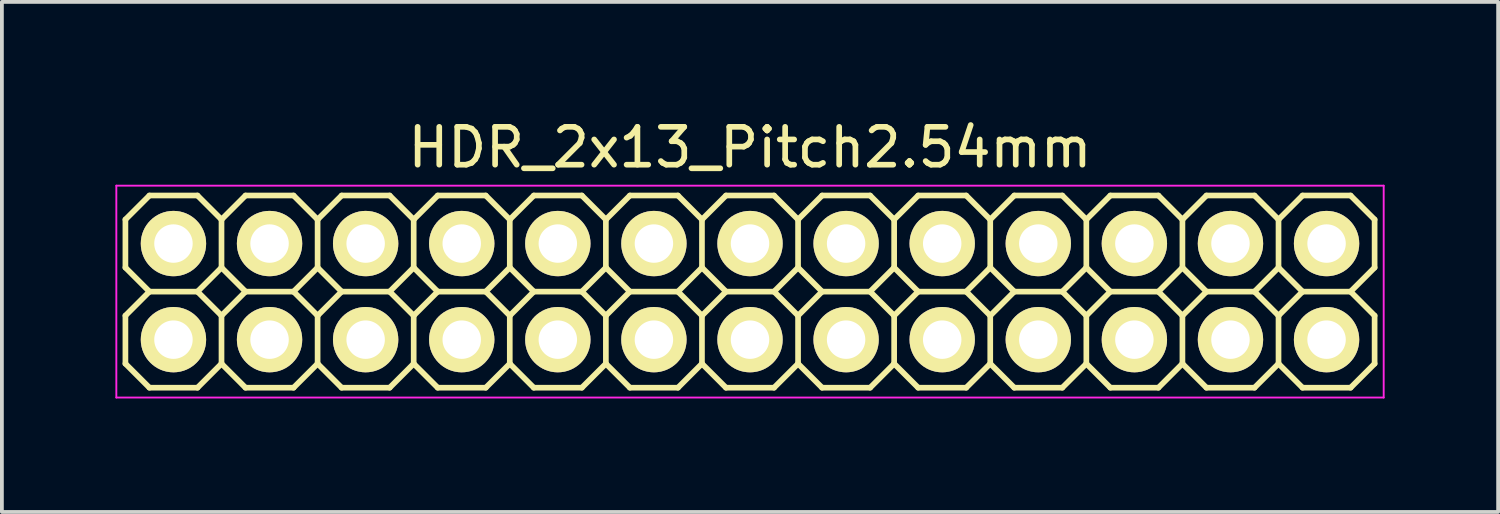
<source format=kicad_pcb>
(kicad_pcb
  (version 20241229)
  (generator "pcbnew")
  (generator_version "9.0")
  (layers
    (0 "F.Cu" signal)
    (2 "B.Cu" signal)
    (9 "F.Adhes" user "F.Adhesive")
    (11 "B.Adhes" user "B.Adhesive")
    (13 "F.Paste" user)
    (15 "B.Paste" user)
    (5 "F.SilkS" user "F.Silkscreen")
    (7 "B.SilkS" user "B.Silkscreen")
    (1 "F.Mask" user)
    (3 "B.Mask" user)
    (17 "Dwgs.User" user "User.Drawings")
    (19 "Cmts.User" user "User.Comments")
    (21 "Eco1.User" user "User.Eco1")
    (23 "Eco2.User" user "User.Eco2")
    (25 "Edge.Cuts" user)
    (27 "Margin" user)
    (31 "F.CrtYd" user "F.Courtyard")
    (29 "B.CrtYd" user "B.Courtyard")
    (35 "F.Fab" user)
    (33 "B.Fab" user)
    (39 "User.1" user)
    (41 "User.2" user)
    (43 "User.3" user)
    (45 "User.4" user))
  (footprint "HDR_2x13_Pitch2.54mm"
    (layer "F.Cu")
    (at 16.775 4.658)
    (property "Reference" "HDR_2x13_Pitch2.54mm" (at 0 -3.81 0) (layer "F.SilkS") (effects (font (size 1 1) (thickness 0.15))))
    (attr through_hole)
    (fp_line (start -16.51 -1.905) (end -16.51 -0.635) (stroke (width 0.15) (type solid)) (layer "F.SilkS"))
    (fp_line (start -16.51 -0.635) (end -15.875 0) (stroke (width 0.15) (type solid)) (layer "F.SilkS"))
    (fp_line (start -16.51 0.635) (end -16.51 1.905) (stroke (width 0.15) (type solid)) (layer "F.SilkS"))
    (fp_line (start -16.51 1.905) (end -15.875 2.54) (stroke (width 0.15) (type solid)) (layer "F.SilkS"))
    (fp_line (start -15.875 -2.54) (end -16.51 -1.905) (stroke (width 0.15) (type solid)) (layer "F.SilkS"))
    (fp_line (start -15.875 0) (end -16.51 0.635) (stroke (width 0.15) (type solid)) (layer "F.SilkS"))
    (fp_line (start -15.875 2.54) (end -14.605 2.54) (stroke (width 0.15) (type solid)) (layer "F.SilkS"))
    (fp_line (start -14.605 -2.54) (end -15.875 -2.54) (stroke (width 0.15) (type solid)) (layer "F.SilkS"))
    (fp_line (start -14.605 0) (end -15.875 0) (stroke (width 0.15) (type solid)) (layer "F.SilkS"))
    (fp_line (start -14.605 0) (end -13.97 0.635) (stroke (width 0.15) (type solid)) (layer "F.SilkS"))
    (fp_line (start -14.605 2.54) (end -13.97 1.905) (stroke (width 0.15) (type solid)) (layer "F.SilkS"))
    (fp_line (start -13.97 -1.905) (end -14.605 -2.54) (stroke (width 0.15) (type solid)) (layer "F.SilkS"))
    (fp_line (start -13.97 -1.905) (end -13.97 -0.635) (stroke (width 0.15) (type solid)) (layer "F.SilkS"))
    (fp_line (start -13.97 -0.635) (end -14.605 0) (stroke (width 0.15) (type solid)) (layer "F.SilkS"))
    (fp_line (start -13.97 0.635) (end -13.97 1.905) (stroke (width 0.15) (type solid)) (layer "F.SilkS"))
    (fp_line (start -13.97 0.635) (end -13.335 0) (stroke (width 0.15) (type solid)) (layer "F.SilkS"))
    (fp_line (start -13.97 1.905) (end -13.335 2.54) (stroke (width 0.15) (type solid)) (layer "F.SilkS"))
    (fp_line (start -13.335 -2.54) (end -13.97 -1.905) (stroke (width 0.15) (type solid)) (layer "F.SilkS"))
    (fp_line (start -13.335 0) (end -13.97 -0.635) (stroke (width 0.15) (type solid)) (layer "F.SilkS"))
    (fp_line (start -13.335 0) (end -12.065 0) (stroke (width 0.15) (type solid)) (layer "F.SilkS"))
    (fp_line (start -13.335 2.54) (end -12.065 2.54) (stroke (width 0.15) (type solid)) (layer "F.SilkS"))
    (fp_line (start -12.065 -2.54) (end -13.335 -2.54) (stroke (width 0.15) (type solid)) (layer "F.SilkS"))
    (fp_line (start -12.065 0) (end -11.43 -0.635) (stroke (width 0.15) (type solid)) (layer "F.SilkS"))
    (fp_line (start -12.065 0) (end -11.43 0.635) (stroke (width 0.15) (type solid)) (layer "F.SilkS"))
    (fp_line (start -12.065 2.54) (end -11.43 1.905) (stroke (width 0.15) (type solid)) (layer "F.SilkS"))
    (fp_line (start -11.43 -1.905) (end -12.065 -2.54) (stroke (width 0.15) (type solid)) (layer "F.SilkS"))
    (fp_line (start -11.43 -0.635) (end -11.43 -1.905) (stroke (width 0.15) (type solid)) (layer "F.SilkS"))
    (fp_line (start -11.43 -0.635) (end -10.795 0) (stroke (width 0.15) (type solid)) (layer "F.SilkS"))
    (fp_line (start -11.43 0.635) (end -11.43 1.905) (stroke (width 0.15) (type solid)) (layer "F.SilkS"))
    (fp_line (start -11.43 1.905) (end -10.795 2.54) (stroke (width 0.15) (type solid)) (layer "F.SilkS"))
    (fp_line (start -10.795 -2.54) (end -11.43 -1.905) (stroke (width 0.15) (type solid)) (layer "F.SilkS"))
    (fp_line (start -10.795 0) (end -11.43 0.635) (stroke (width 0.15) (type solid)) (layer "F.SilkS"))
    (fp_line (start -10.795 0) (end -9.525 0) (stroke (width 0.15) (type solid)) (layer "F.SilkS"))
    (fp_line (start -10.795 2.54) (end -9.525 2.54) (stroke (width 0.15) (type solid)) (layer "F.SilkS"))
    (fp_line (start -9.525 -2.54) (end -10.795 -2.54) (stroke (width 0.15) (type solid)) (layer "F.SilkS"))
    (fp_line (start -9.525 0) (end -8.89 -0.635) (stroke (width 0.15) (type solid)) (layer "F.SilkS"))
    (fp_line (start -9.525 2.54) (end -8.89 1.905) (stroke (width 0.15) (type solid)) (layer "F.SilkS"))
    (fp_line (start -8.89 -1.905) (end -9.525 -2.54) (stroke (width 0.15) (type solid)) (layer "F.SilkS"))
    (fp_line (start -8.89 -1.905) (end -8.255 -2.54) (stroke (width 0.15) (type solid)) (layer "F.SilkS"))
    (fp_line (start -8.89 -0.635) (end -8.89 -1.905) (stroke (width 0.15) (type solid)) (layer "F.SilkS"))
    (fp_line (start -8.89 -0.635) (end -8.255 0) (stroke (width 0.15) (type solid)) (layer "F.SilkS"))
    (fp_line (start -8.89 0.635) (end -9.525 0) (stroke (width 0.15) (type solid)) (layer "F.SilkS"))
    (fp_line (start -8.89 0.635) (end -8.255 0) (stroke (width 0.15) (type solid)) (layer "F.SilkS"))
    (fp_line (start -8.89 1.905) (end -8.89 0.635) (stroke (width 0.15) (type solid)) (layer "F.SilkS"))
    (fp_line (start -8.255 -2.54) (end -6.985 -2.54) (stroke (width 0.15) (type solid)) (layer "F.SilkS"))
    (fp_line (start -8.255 0) (end -6.985 0) (stroke (width 0.15) (type solid)) (layer "F.SilkS"))
    (fp_line (start -8.255 2.54) (end -8.89 1.905) (stroke (width 0.15) (type solid)) (layer "F.SilkS"))
    (fp_line (start -6.985 -2.54) (end -6.35 -1.905) (stroke (width 0.15) (type solid)) (layer "F.SilkS"))
    (fp_line (start -6.985 0) (end -6.35 -0.635) (stroke (width 0.15) (type solid)) (layer "F.SilkS"))
    (fp_line (start -6.985 0) (end -6.35 0.635) (stroke (width 0.15) (type solid)) (layer "F.SilkS"))
    (fp_line (start -6.985 2.54) (end -8.255 2.54) (stroke (width 0.15) (type solid)) (layer "F.SilkS"))
    (fp_line (start -6.35 -1.905) (end -6.35 -0.635) (stroke (width 0.15) (type solid)) (layer "F.SilkS"))
    (fp_line (start -6.35 -1.905) (end -5.715 -2.54) (stroke (width 0.15) (type solid)) (layer "F.SilkS"))
    (fp_line (start -6.35 -0.635) (end -5.715 0) (stroke (width 0.15) (type solid)) (layer "F.SilkS"))
    (fp_line (start -6.35 0.635) (end -6.35 1.905) (stroke (width 0.15) (type solid)) (layer "F.SilkS"))
    (fp_line (start -6.35 0.635) (end -5.715 0) (stroke (width 0.15) (type solid)) (layer "F.SilkS"))
    (fp_line (start -6.35 1.905) (end -6.985 2.54) (stroke (width 0.15) (type solid)) (layer "F.SilkS"))
    (fp_line (start -5.715 -2.54) (end -4.445 -2.54) (stroke (width 0.15) (type solid)) (layer "F.SilkS"))
    (fp_line (start -5.715 0) (end -4.445 0) (stroke (width 0.15) (type solid)) (layer "F.SilkS"))
    (fp_line (start -5.715 2.54) (end -6.35 1.905) (stroke (width 0.15) (type solid)) (layer "F.SilkS"))
    (fp_line (start -4.445 -2.54) (end -3.81 -1.905) (stroke (width 0.15) (type solid)) (layer "F.SilkS"))
    (fp_line (start -4.445 0) (end -3.81 -0.635) (stroke (width 0.15) (type solid)) (layer "F.SilkS"))
    (fp_line (start -4.445 0) (end -3.81 0.635) (stroke (width 0.15) (type solid)) (layer "F.SilkS"))
    (fp_line (start -4.445 2.54) (end -5.715 2.54) (stroke (width 0.15) (type solid)) (layer "F.SilkS"))
    (fp_line (start -3.81 -1.905) (end -3.175 -2.54) (stroke (width 0.15) (type solid)) (layer "F.SilkS"))
    (fp_line (start -3.81 -0.635) (end -3.81 -1.905) (stroke (width 0.15) (type solid)) (layer "F.SilkS"))
    (fp_line (start -3.81 -0.635) (end -3.175 0) (stroke (width 0.15) (type solid)) (layer "F.SilkS"))
    (fp_line (start -3.81 0.635) (end -3.81 1.905) (stroke (width 0.15) (type solid)) (layer "F.SilkS"))
    (fp_line (start -3.81 0.635) (end -3.175 0) (stroke (width 0.15) (type solid)) (layer "F.SilkS"))
    (fp_line (start -3.81 1.905) (end -4.445 2.54) (stroke (width 0.15) (type solid)) (layer "F.SilkS"))
    (fp_line (start -3.175 -2.54) (end -1.905 -2.54) (stroke (width 0.15) (type solid)) (layer "F.SilkS"))
    (fp_line (start -3.175 0) (end -1.905 0) (stroke (width 0.15) (type solid)) (layer "F.SilkS"))
    (fp_line (start -3.175 2.54) (end -3.81 1.905) (stroke (width 0.15) (type solid)) (layer "F.SilkS"))
    (fp_line (start -1.905 -2.54) (end -1.27 -1.905) (stroke (width 0.15) (type solid)) (layer "F.SilkS"))
    (fp_line (start -1.905 0) (end -1.27 -0.635) (stroke (width 0.15) (type solid)) (layer "F.SilkS"))
    (fp_line (start -1.905 0) (end -1.27 0.635) (stroke (width 0.15) (type solid)) (layer "F.SilkS"))
    (fp_line (start -1.905 2.54) (end -3.175 2.54) (stroke (width 0.15) (type solid)) (layer "F.SilkS"))
    (fp_line (start -1.27 -1.905) (end -1.27 -0.635) (stroke (width 0.15) (type solid)) (layer "F.SilkS"))
    (fp_line (start -1.27 -1.905) (end -0.635 -2.54) (stroke (width 0.15) (type solid)) (layer "F.SilkS"))
    (fp_line (start -1.27 -0.635) (end -0.635 0) (stroke (width 0.15) (type solid)) (layer "F.SilkS"))
    (fp_line (start -1.27 0.635) (end -1.27 1.905) (stroke (width 0.15) (type solid)) (layer "F.SilkS"))
    (fp_line (start -1.27 0.635) (end -0.635 0) (stroke (width 0.15) (type solid)) (layer "F.SilkS"))
    (fp_line (start -1.27 1.905) (end -1.905 2.54) (stroke (width 0.15) (type solid)) (layer "F.SilkS"))
    (fp_line (start -0.635 -2.54) (end 0.635 -2.54) (stroke (width 0.15) (type solid)) (layer "F.SilkS"))
    (fp_line (start -0.635 0) (end 0.635 0) (stroke (width 0.15) (type solid)) (layer "F.SilkS"))
    (fp_line (start -0.635 2.54) (end -1.27 1.905) (stroke (width 0.15) (type solid)) (layer "F.SilkS"))
    (fp_line (start 0.635 -2.54) (end 1.27 -1.905) (stroke (width 0.15) (type solid)) (layer "F.SilkS"))
    (fp_line (start 0.635 0) (end 1.27 -0.635) (stroke (width 0.15) (type solid)) (layer "F.SilkS"))
    (fp_line (start 0.635 0) (end 1.27 0.635) (stroke (width 0.15) (type solid)) (layer "F.SilkS"))
    (fp_line (start 0.635 2.54) (end -0.635 2.54) (stroke (width 0.15) (type solid)) (layer "F.SilkS"))
    (fp_line (start 1.27 -1.905) (end 1.27 -0.635) (stroke (width 0.15) (type solid)) (layer "F.SilkS"))
    (fp_line (start 1.27 -1.905) (end 1.905 -2.54) (stroke (width 0.15) (type solid)) (layer "F.SilkS"))
    (fp_line (start 1.27 -0.635) (end 1.905 0) (stroke (width 0.15) (type solid)) (layer "F.SilkS"))
    (fp_line (start 1.27 0.635) (end 1.27 1.905) (stroke (width 0.15) (type solid)) (layer "F.SilkS"))
    (fp_line (start 1.27 0.635) (end 1.905 0) (stroke (width 0.15) (type solid)) (layer "F.SilkS"))
    (fp_line (start 1.27 1.905) (end 0.635 2.54) (stroke (width 0.15) (type solid)) (layer "F.SilkS"))
    (fp_line (start 1.905 -2.54) (end 3.175 -2.54) (stroke (width 0.15) (type solid)) (layer "F.SilkS"))
    (fp_line (start 1.905 0) (end 3.175 0) (stroke (width 0.15) (type solid)) (layer "F.SilkS"))
    (fp_line (start 1.905 2.54) (end 1.27 1.905) (stroke (width 0.15) (type solid)) (layer "F.SilkS"))
    (fp_line (start 3.175 -2.54) (end 3.81 -1.905) (stroke (width 0.15) (type solid)) (layer "F.SilkS"))
    (fp_line (start 3.175 0) (end 3.81 -0.635) (stroke (width 0.15) (type solid)) (layer "F.SilkS"))
    (fp_line (start 3.175 0) (end 3.81 0.635) (stroke (width 0.15) (type solid)) (layer "F.SilkS"))
    (fp_line (start 3.175 2.54) (end 1.905 2.54) (stroke (width 0.15) (type solid)) (layer "F.SilkS"))
    (fp_line (start 3.81 -1.905) (end 3.81 -0.635) (stroke (width 0.15) (type solid)) (layer "F.SilkS"))
    (fp_line (start 3.81 -1.905) (end 4.445 -2.54) (stroke (width 0.15) (type solid)) (layer "F.SilkS"))
    (fp_line (start 3.81 -0.635) (end 4.445 0) (stroke (width 0.15) (type solid)) (layer "F.SilkS"))
    (fp_line (start 3.81 0.635) (end 3.81 1.905) (stroke (width 0.15) (type solid)) (layer "F.SilkS"))
    (fp_line (start 3.81 0.635) (end 4.445 0) (stroke (width 0.15) (type solid)) (layer "F.SilkS"))
    (fp_line (start 3.81 1.905) (end 3.175 2.54) (stroke (width 0.15) (type solid)) (layer "F.SilkS"))
    (fp_line (start 4.445 -2.54) (end 5.715 -2.54) (stroke (width 0.15) (type solid)) (layer "F.SilkS"))
    (fp_line (start 4.445 0) (end 5.715 0) (stroke (width 0.15) (type solid)) (layer "F.SilkS"))
    (fp_line (start 4.445 2.54) (end 3.81 1.905) (stroke (width 0.15) (type solid)) (layer "F.SilkS"))
    (fp_line (start 5.715 -2.54) (end 6.35 -1.905) (stroke (width 0.15) (type solid)) (layer "F.SilkS"))
    (fp_line (start 5.715 0) (end 6.35 -0.635) (stroke (width 0.15) (type solid)) (layer "F.SilkS"))
    (fp_line (start 5.715 0) (end 6.35 0.635) (stroke (width 0.15) (type solid)) (layer "F.SilkS"))
    (fp_line (start 5.715 2.54) (end 4.445 2.54) (stroke (width 0.15) (type solid)) (layer "F.SilkS"))
    (fp_line (start 6.35 -1.905) (end 6.35 -0.635) (stroke (width 0.15) (type solid)) (layer "F.SilkS"))
    (fp_line (start 6.35 -1.905) (end 6.985 -2.54) (stroke (width 0.15) (type solid)) (layer "F.SilkS"))
    (fp_line (start 6.35 -0.635) (end 6.985 0) (stroke (width 0.15) (type solid)) (layer "F.SilkS"))
    (fp_line (start 6.35 0.635) (end 6.35 1.905) (stroke (width 0.15) (type solid)) (layer "F.SilkS"))
    (fp_line (start 6.35 1.905) (end 5.715 2.54) (stroke (width 0.15) (type solid)) (layer "F.SilkS"))
    (fp_line (start 6.985 -2.54) (end 8.255 -2.54) (stroke (width 0.15) (type solid)) (layer "F.SilkS"))
    (fp_line (start 6.985 0) (end 6.35 0.635) (stroke (width 0.15) (type solid)) (layer "F.SilkS"))
    (fp_line (start 6.985 0) (end 8.255 0) (stroke (width 0.15) (type solid)) (layer "F.SilkS"))
    (fp_line (start 6.985 2.54) (end 6.35 1.905) (stroke (width 0.15) (type solid)) (layer "F.SilkS"))
    (fp_line (start 8.255 -2.54) (end 8.89 -1.905) (stroke (width 0.15) (type solid)) (layer "F.SilkS"))
    (fp_line (start 8.255 0) (end 8.89 -0.635) (stroke (width 0.15) (type solid)) (layer "F.SilkS"))
    (fp_line (start 8.255 0) (end 8.89 0.635) (stroke (width 0.15) (type solid)) (layer "F.SilkS"))
    (fp_line (start 8.255 2.54) (end 6.985 2.54) (stroke (width 0.15) (type solid)) (layer "F.SilkS"))
    (fp_line (start 8.89 -1.905) (end 8.89 -0.635) (stroke (width 0.15) (type solid)) (layer "F.SilkS"))
    (fp_line (start 8.89 -1.905) (end 9.525 -2.54) (stroke (width 0.15) (type solid)) (layer "F.SilkS"))
    (fp_line (start 8.89 -0.635) (end 9.525 0) (stroke (width 0.15) (type solid)) (layer "F.SilkS"))
    (fp_line (start 8.89 0.635) (end 8.89 1.905) (stroke (width 0.15) (type solid)) (layer "F.SilkS"))
    (fp_line (start 8.89 1.905) (end 8.255 2.54) (stroke (width 0.15) (type solid)) (layer "F.SilkS"))
    (fp_line (start 9.525 -2.54) (end 10.795 -2.54) (stroke (width 0.15) (type solid)) (layer "F.SilkS"))
    (fp_line (start 9.525 0) (end 8.89 0.635) (stroke (width 0.15) (type solid)) (layer "F.SilkS"))
    (fp_line (start 9.525 0) (end 10.795 0) (stroke (width 0.15) (type solid)) (layer "F.SilkS"))
    (fp_line (start 9.525 2.54) (end 8.89 1.905) (stroke (width 0.15) (type solid)) (layer "F.SilkS"))
    (fp_line (start 10.795 -2.54) (end 11.43 -1.905) (stroke (width 0.15) (type solid)) (layer "F.SilkS"))
    (fp_line (start 10.795 0) (end 11.43 -0.635) (stroke (width 0.15) (type solid)) (layer "F.SilkS"))
    (fp_line (start 10.795 0) (end 11.43 0.635) (stroke (width 0.15) (type solid)) (layer "F.SilkS"))
    (fp_line (start 10.795 2.54) (end 9.525 2.54) (stroke (width 0.15) (type solid)) (layer "F.SilkS"))
    (fp_line (start 11.43 -1.905) (end 11.43 -0.635) (stroke (width 0.15) (type solid)) (layer "F.SilkS"))
    (fp_line (start 11.43 -1.905) (end 12.065 -2.54) (stroke (width 0.15) (type solid)) (layer "F.SilkS"))
    (fp_line (start 11.43 -0.635) (end 12.065 0) (stroke (width 0.15) (type solid)) (layer "F.SilkS"))
    (fp_line (start 11.43 0.635) (end 11.43 1.905) (stroke (width 0.15) (type solid)) (layer "F.SilkS"))
    (fp_line (start 11.43 1.905) (end 10.795 2.54) (stroke (width 0.15) (type solid)) (layer "F.SilkS"))
    (fp_line (start 12.065 -2.54) (end 13.335 -2.54) (stroke (width 0.15) (type solid)) (layer "F.SilkS"))
    (fp_line (start 12.065 0) (end 11.43 0.635) (stroke (width 0.15) (type solid)) (layer "F.SilkS"))
    (fp_line (start 12.065 0) (end 13.335 0) (stroke (width 0.15) (type solid)) (layer "F.SilkS"))
    (fp_line (start 12.065 2.54) (end 11.43 1.905) (stroke (width 0.15) (type solid)) (layer "F.SilkS"))
    (fp_line (start 13.335 -2.54) (end 13.97 -1.905) (stroke (width 0.15) (type solid)) (layer "F.SilkS"))
    (fp_line (start 13.335 0) (end 13.97 -0.635) (stroke (width 0.15) (type solid)) (layer "F.SilkS"))
    (fp_line (start 13.335 0) (end 13.97 0.635) (stroke (width 0.15) (type solid)) (layer "F.SilkS"))
    (fp_line (start 13.335 2.54) (end 12.065 2.54) (stroke (width 0.15) (type solid)) (layer "F.SilkS"))
    (fp_line (start 13.97 -1.905) (end 13.97 -0.635) (stroke (width 0.15) (type solid)) (layer "F.SilkS"))
    (fp_line (start 13.97 -1.905) (end 14.605 -2.54) (stroke (width 0.15) (type solid)) (layer "F.SilkS"))
    (fp_line (start 13.97 -0.635) (end 14.605 0) (stroke (width 0.15) (type solid)) (layer "F.SilkS"))
    (fp_line (start 13.97 0.635) (end 13.97 1.905) (stroke (width 0.15) (type solid)) (layer "F.SilkS"))
    (fp_line (start 13.97 1.905) (end 13.335 2.54) (stroke (width 0.15) (type solid)) (layer "F.SilkS"))
    (fp_line (start 14.605 -2.54) (end 15.875 -2.54) (stroke (width 0.15) (type solid)) (layer "F.SilkS"))
    (fp_line (start 14.605 0) (end 13.97 0.635) (stroke (width 0.15) (type solid)) (layer "F.SilkS"))
    (fp_line (start 14.605 0) (end 15.875 0) (stroke (width 0.15) (type solid)) (layer "F.SilkS"))
    (fp_line (start 14.605 2.54) (end 13.97 1.905) (stroke (width 0.15) (type solid)) (layer "F.SilkS"))
    (fp_line (start 15.875 -2.54) (end 16.51 -1.905) (stroke (width 0.15) (type solid)) (layer "F.SilkS"))
    (fp_line (start 15.875 0) (end 16.51 0.635) (stroke (width 0.15) (type solid)) (layer "F.SilkS"))
    (fp_line (start 15.875 2.54) (end 14.605 2.54) (stroke (width 0.15) (type solid)) (layer "F.SilkS"))
    (fp_line (start 16.51 -1.905) (end 16.51 -0.635) (stroke (width 0.15) (type solid)) (layer "F.SilkS"))
    (fp_line (start 16.51 -0.635) (end 15.875 0) (stroke (width 0.15) (type solid)) (layer "F.SilkS"))
    (fp_line (start 16.51 0.635) (end 16.51 1.905) (stroke (width 0.15) (type solid)) (layer "F.SilkS"))
    (fp_line (start 16.51 1.905) (end 15.875 2.54) (stroke (width 0.15) (type solid)) (layer "F.SilkS"))
    (fp_line (start -16.75 -2.8) (end -16.75 2.8) (stroke (width 0.05) (type solid)) (layer "F.CrtYd"))
    (fp_line (start -16.75 2.8) (end 16.75 2.8) (stroke (width 0.05) (type solid)) (layer "F.CrtYd"))
    (fp_line (start 16.75 -2.8) (end -16.75 -2.8) (stroke (width 0.05) (type solid)) (layer "F.CrtYd"))
    (fp_line (start 16.75 2.8) (end 16.75 -2.8) (stroke (width 0.05) (type solid)) (layer "F.CrtYd"))
    (pad "1" thru_hole oval (at -15.24 1.27) (size 1.727 1.727) (drill 1.016) (layers "*.Cu" "*.Mask" "F.SilkS"))
    (pad "2" thru_hole oval (at -15.24 -1.27) (size 1.727 1.727) (drill 1.016) (layers "*.Cu" "*.Mask" "F.SilkS"))
    (pad "3" thru_hole oval (at -12.7 1.27) (size 1.727 1.727) (drill 1.016) (layers "*.Cu" "*.Mask" "F.SilkS"))
    (pad "4" thru_hole oval (at -12.7 -1.27) (size 1.727 1.727) (drill 1.016) (layers "*.Cu" "*.Mask" "F.SilkS"))
    (pad "5" thru_hole oval (at -10.16 1.27) (size 1.727 1.727) (drill 1.016) (layers "*.Cu" "*.Mask" "F.SilkS"))
    (pad "6" thru_hole oval (at -10.16 -1.27) (size 1.727 1.727) (drill 1.016) (layers "*.Cu" "*.Mask" "F.SilkS"))
    (pad "7" thru_hole oval (at -7.62 1.27) (size 1.727 1.727) (drill 1.016) (layers "*.Cu" "*.Mask" "F.SilkS"))
    (pad "8" thru_hole oval (at -7.62 -1.27) (size 1.727 1.727) (drill 1.016) (layers "*.Cu" "*.Mask" "F.SilkS"))
    (pad "9" thru_hole oval (at -5.08 1.27) (size 1.727 1.727) (drill 1.016) (layers "*.Cu" "*.Mask" "F.SilkS"))
    (pad "10" thru_hole oval (at -5.08 -1.27) (size 1.727 1.727) (drill 1.016) (layers "*.Cu" "*.Mask" "F.SilkS"))
    (pad "11" thru_hole oval (at -2.54 1.27) (size 1.727 1.727) (drill 1.016) (layers "*.Cu" "*.Mask" "F.SilkS"))
    (pad "12" thru_hole oval (at -2.54 -1.27) (size 1.727 1.727) (drill 1.016) (layers "*.Cu" "*.Mask" "F.SilkS"))
    (pad "13" thru_hole oval (at 0 1.27) (size 1.727 1.727) (drill 1.016) (layers "*.Cu" "*.Mask" "F.SilkS"))
    (pad "14" thru_hole oval (at 0 -1.27) (size 1.727 1.727) (drill 1.016) (layers "*.Cu" "*.Mask" "F.SilkS"))
    (pad "15" thru_hole oval (at 2.54 1.27) (size 1.727 1.727) (drill 1.016) (layers "*.Cu" "*.Mask" "F.SilkS"))
    (pad "16" thru_hole oval (at 2.54 -1.27) (size 1.727 1.727) (drill 1.016) (layers "*.Cu" "*.Mask" "F.SilkS"))
    (pad "17" thru_hole oval (at 5.08 1.27) (size 1.727 1.727) (drill 1.016) (layers "*.Cu" "*.Mask" "F.SilkS"))
    (pad "18" thru_hole oval (at 5.08 -1.27) (size 1.727 1.727) (drill 1.016) (layers "*.Cu" "*.Mask" "F.SilkS"))
    (pad "19" thru_hole oval (at 7.62 1.27) (size 1.727 1.727) (drill 1.016) (layers "*.Cu" "*.Mask" "F.SilkS"))
    (pad "20" thru_hole oval (at 7.62 -1.27) (size 1.727 1.727) (drill 1.016) (layers "*.Cu" "*.Mask" "F.SilkS"))
    (pad "21" thru_hole oval (at 10.16 1.27) (size 1.727 1.727) (drill 1.016) (layers "*.Cu" "*.Mask" "F.SilkS"))
    (pad "22" thru_hole oval (at 10.16 -1.27) (size 1.727 1.727) (drill 1.016) (layers "*.Cu" "*.Mask" "F.SilkS"))
    (pad "23" thru_hole oval (at 12.7 1.27) (size 1.727 1.727) (drill 1.016) (layers "*.Cu" "*.Mask" "F.SilkS"))
    (pad "24" thru_hole oval (at 12.7 -1.27) (size 1.727 1.727) (drill 1.016) (layers "*.Cu" "*.Mask" "F.SilkS"))
    (pad "25" thru_hole oval (at 15.24 1.27) (size 1.727 1.727) (drill 1.016) (layers "*.Cu" "*.Mask" "F.SilkS"))
    (pad "26" thru_hole oval (at 15.24 -1.27) (size 1.727 1.727) (drill 1.016) (layers "*.Cu" "*.Mask" "F.SilkS")))
  (gr_rect
    (start -3 -3)
    (end 36.55 10.483)
    (stroke (width 0.1) (type default))
    (fill no)
    (layer "Edge.Cuts")))
</source>
